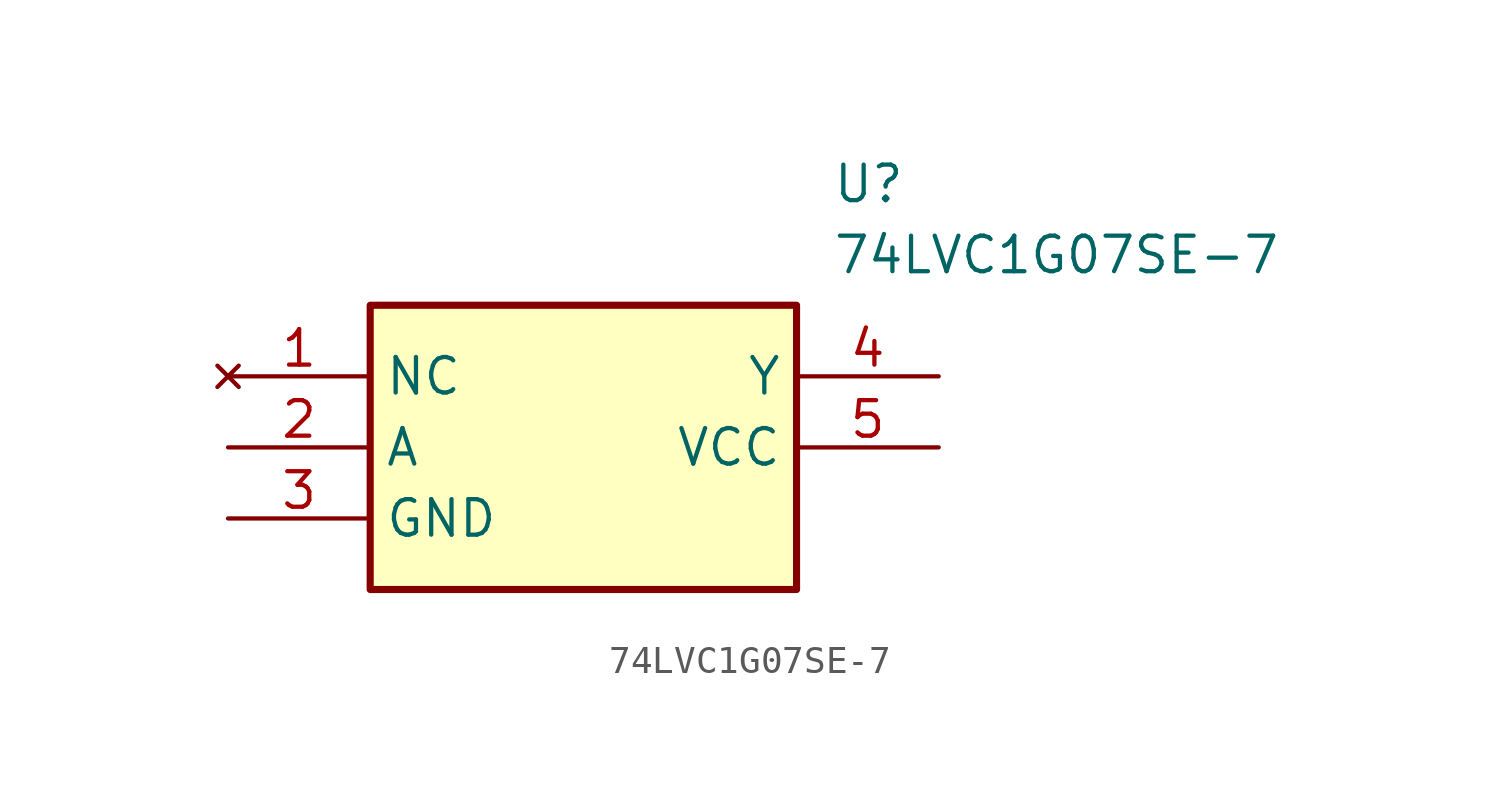
<source format=kicad_sym>
(kicad_symbol_lib
  (version 20211014)
  (generator SamacSys_ECAD_Model)
  (symbol "74LVC1G07SE-7"
    (property "Reference" "U"
      (at 21.59 7.62 0)
      (effects (font (size 1.27 1.27)) (justify left top)))
    (property "Value" "74LVC1G07SE-7"
      (at 21.59 5.08 0)
      (effects (font (size 1.27 1.27)) (justify left top)))
    (rectangle
      (start 5.08 2.54)
      (end 20.32 -7.62)
      (stroke (width 0.254) (type default))
      (fill (type background)))
    (pin no_connect line
      (at 0 0 0)
      (length 5.08)
      (name "NC" (effects (font (size 1.27 1.27))))
      (number "1" (effects (font (size 1.27 1.27)))))
    (pin passive line
      (at 0 -2.54 0)
      (length 5.08)
      (name "A" (effects (font (size 1.27 1.27))))
      (number "2" (effects (font (size 1.27 1.27)))))
    (pin passive line
      (at 0 -5.08 0)
      (length 5.08)
      (name "GND" (effects (font (size 1.27 1.27))))
      (number "3" (effects (font (size 1.27 1.27)))))
    (pin passive line
      (at 25.4 0 180)
      (length 5.08)
      (name "Y" (effects (font (size 1.27 1.27))))
      (number "4" (effects (font (size 1.27 1.27)))))
    (pin passive line
      (at 25.4 -2.54 180)
      (length 5.08)
      (name "VCC" (effects (font (size 1.27 1.27))))
      (number "5" (effects (font (size 1.27 1.27)))))))
</source>
